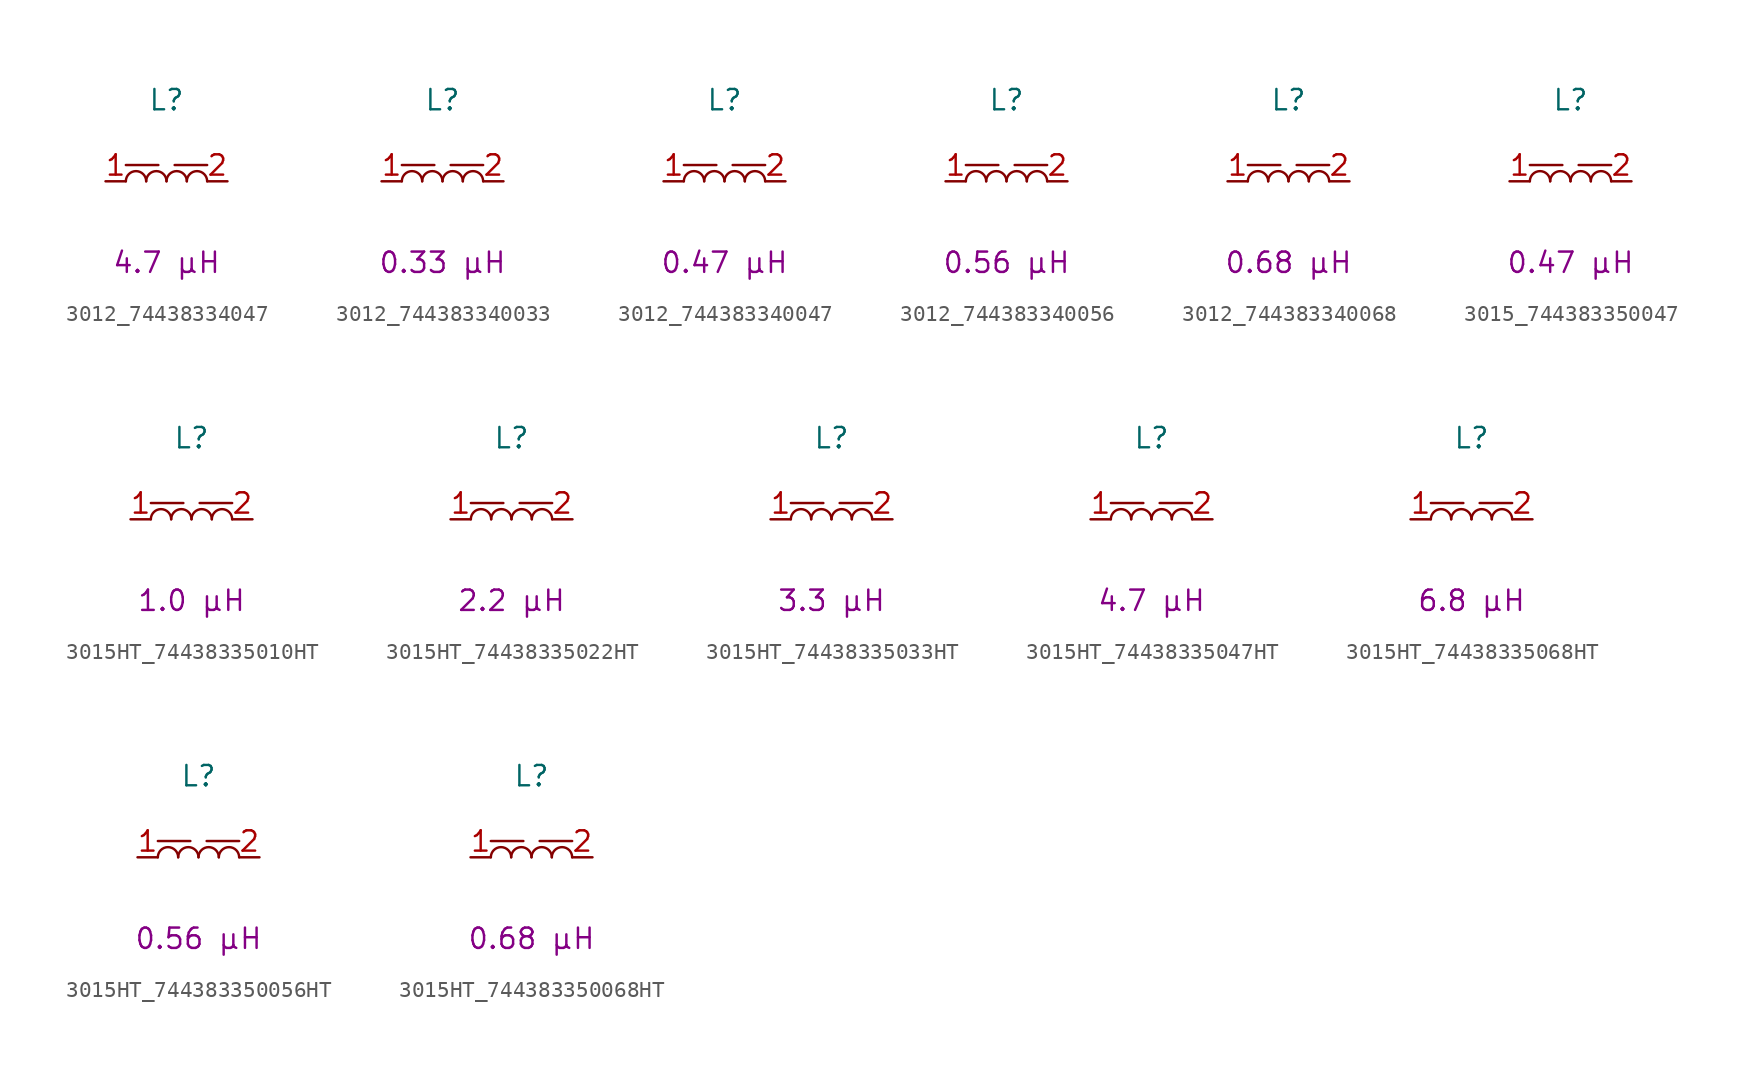
<source format=kicad_sym>
(kicad_symbol_lib
  (version 20241209)
  (generator "kicad_symbol_editor")
  (generator_version "9.0")
  (symbol "3012_74438334047"
    (pin_names
      (hide yes))
    (property "Reference" "L"
      (at 0 5.08 0)
      (effects (font (size 1.27 1.27))))
    (property "Critical Parameter" "4.7 µH"
      (at 0 -5.08 0)
      (effects (font (size 1.27 1.27))))
    (symbol "3012_74438334047_0_1"
      (polyline (pts (xy -2.54 1.016) (xy -0.508 1.016)) (stroke (width 0) (type default)) (fill (type none)))
      (arc (start -2.54 0) (mid -1.905 0.6323) (end -1.27 0) (stroke (width 0) (type default)) (fill (type none)))
      (arc (start -1.27 0) (mid -0.635 0.6323) (end 0 0) (stroke (width 0) (type default)) (fill (type none)))
      (arc (start 0 0) (mid 0.635 0.6323) (end 1.27 0) (stroke (width 0) (type default)) (fill (type none)))
      (arc (start 1.27 0) (mid 1.905 0.6323) (end 2.54 0) (stroke (width 0) (type default)) (fill (type none))))
    (symbol "3012_74438334047_1_1"
      (polyline (pts (xy 2.54 1.016) (xy 0.508 1.016)) (stroke (width 0) (type default)) (fill (type none)))
      (pin passive line (at -3.81 0 0) (length 1.27) (name "1" (effects (font (size 1.27 1.27)))) (number "1" (effects (font (size 1.27 1.27)))))
      (pin passive line (at 3.81 0 180) (length 1.27) (name "2" (effects (font (size 1.27 1.27)))) (number "2" (effects (font (size 1.27 1.27)))))))
  (symbol "3012_744383340033"
    (pin_names
      (hide yes))
    (property "Reference" "L"
      (at 0 5.08 0)
      (effects (font (size 1.27 1.27))))
    (property "Critical Parameter" "0.33 µH"
      (at 0 -5.08 0)
      (effects (font (size 1.27 1.27))))
    (symbol "3012_744383340033_0_1"
      (polyline (pts (xy -2.54 1.016) (xy -0.508 1.016)) (stroke (width 0) (type default)) (fill (type none)))
      (arc (start -2.54 0) (mid -1.905 0.6323) (end -1.27 0) (stroke (width 0) (type default)) (fill (type none)))
      (arc (start -1.27 0) (mid -0.635 0.6323) (end 0 0) (stroke (width 0) (type default)) (fill (type none)))
      (arc (start 0 0) (mid 0.635 0.6323) (end 1.27 0) (stroke (width 0) (type default)) (fill (type none)))
      (arc (start 1.27 0) (mid 1.905 0.6323) (end 2.54 0) (stroke (width 0) (type default)) (fill (type none))))
    (symbol "3012_744383340033_1_1"
      (polyline (pts (xy 2.54 1.016) (xy 0.508 1.016)) (stroke (width 0) (type default)) (fill (type none)))
      (pin passive line (at -3.81 0 0) (length 1.27) (name "1" (effects (font (size 1.27 1.27)))) (number "1" (effects (font (size 1.27 1.27)))))
      (pin passive line (at 3.81 0 180) (length 1.27) (name "2" (effects (font (size 1.27 1.27)))) (number "2" (effects (font (size 1.27 1.27)))))))
  (symbol "3012_744383340047"
    (pin_names
      (hide yes))
    (property "Reference" "L"
      (at 0 5.08 0)
      (effects (font (size 1.27 1.27))))
    (property "Critical Parameter" "0.47 µH"
      (at 0 -5.08 0)
      (effects (font (size 1.27 1.27))))
    (symbol "3012_744383340047_0_1"
      (polyline (pts (xy -2.54 1.016) (xy -0.508 1.016)) (stroke (width 0) (type default)) (fill (type none)))
      (arc (start -2.54 0) (mid -1.905 0.6323) (end -1.27 0) (stroke (width 0) (type default)) (fill (type none)))
      (arc (start -1.27 0) (mid -0.635 0.6323) (end 0 0) (stroke (width 0) (type default)) (fill (type none)))
      (arc (start 0 0) (mid 0.635 0.6323) (end 1.27 0) (stroke (width 0) (type default)) (fill (type none)))
      (arc (start 1.27 0) (mid 1.905 0.6323) (end 2.54 0) (stroke (width 0) (type default)) (fill (type none))))
    (symbol "3012_744383340047_1_1"
      (polyline (pts (xy 2.54 1.016) (xy 0.508 1.016)) (stroke (width 0) (type default)) (fill (type none)))
      (pin passive line (at -3.81 0 0) (length 1.27) (name "1" (effects (font (size 1.27 1.27)))) (number "1" (effects (font (size 1.27 1.27)))))
      (pin passive line (at 3.81 0 180) (length 1.27) (name "2" (effects (font (size 1.27 1.27)))) (number "2" (effects (font (size 1.27 1.27)))))))
  (symbol "3012_744383340056"
    (pin_names
      (hide yes))
    (property "Reference" "L"
      (at 0 5.08 0)
      (effects (font (size 1.27 1.27))))
    (property "Critical Parameter" "0.56 µH"
      (at 0 -5.08 0)
      (effects (font (size 1.27 1.27))))
    (symbol "3012_744383340056_0_1"
      (polyline (pts (xy -2.54 1.016) (xy -0.508 1.016)) (stroke (width 0) (type default)) (fill (type none)))
      (arc (start -2.54 0) (mid -1.905 0.6323) (end -1.27 0) (stroke (width 0) (type default)) (fill (type none)))
      (arc (start -1.27 0) (mid -0.635 0.6323) (end 0 0) (stroke (width 0) (type default)) (fill (type none)))
      (arc (start 0 0) (mid 0.635 0.6323) (end 1.27 0) (stroke (width 0) (type default)) (fill (type none)))
      (arc (start 1.27 0) (mid 1.905 0.6323) (end 2.54 0) (stroke (width 0) (type default)) (fill (type none))))
    (symbol "3012_744383340056_1_1"
      (polyline (pts (xy 2.54 1.016) (xy 0.508 1.016)) (stroke (width 0) (type default)) (fill (type none)))
      (pin passive line (at -3.81 0 0) (length 1.27) (name "1" (effects (font (size 1.27 1.27)))) (number "1" (effects (font (size 1.27 1.27)))))
      (pin passive line (at 3.81 0 180) (length 1.27) (name "2" (effects (font (size 1.27 1.27)))) (number "2" (effects (font (size 1.27 1.27)))))))
  (symbol "3012_744383340068"
    (pin_names
      (hide yes))
    (property "Reference" "L"
      (at 0 5.08 0)
      (effects (font (size 1.27 1.27))))
    (property "Critical Parameter" "0.68 µH"
      (at 0 -5.08 0)
      (effects (font (size 1.27 1.27))))
    (symbol "3012_744383340068_0_1"
      (polyline (pts (xy -2.54 1.016) (xy -0.508 1.016)) (stroke (width 0) (type default)) (fill (type none)))
      (arc (start -2.54 0) (mid -1.905 0.6323) (end -1.27 0) (stroke (width 0) (type default)) (fill (type none)))
      (arc (start -1.27 0) (mid -0.635 0.6323) (end 0 0) (stroke (width 0) (type default)) (fill (type none)))
      (arc (start 0 0) (mid 0.635 0.6323) (end 1.27 0) (stroke (width 0) (type default)) (fill (type none)))
      (arc (start 1.27 0) (mid 1.905 0.6323) (end 2.54 0) (stroke (width 0) (type default)) (fill (type none))))
    (symbol "3012_744383340068_1_1"
      (polyline (pts (xy 2.54 1.016) (xy 0.508 1.016)) (stroke (width 0) (type default)) (fill (type none)))
      (pin passive line (at -3.81 0 0) (length 1.27) (name "1" (effects (font (size 1.27 1.27)))) (number "1" (effects (font (size 1.27 1.27)))))
      (pin passive line (at 3.81 0 180) (length 1.27) (name "2" (effects (font (size 1.27 1.27)))) (number "2" (effects (font (size 1.27 1.27)))))))
  (symbol "3015_744383350047"
    (pin_names
      (hide yes))
    (property "Reference" "L"
      (at 0 5.08 0)
      (effects (font (size 1.27 1.27))))
    (property "Critical Parameter" "0.47 µH"
      (at 0 -5.08 0)
      (effects (font (size 1.27 1.27))))
    (symbol "3015_744383350047_0_1"
      (polyline (pts (xy -2.54 1.016) (xy -0.508 1.016)) (stroke (width 0) (type default)) (fill (type none)))
      (arc (start -2.54 0) (mid -1.905 0.6323) (end -1.27 0) (stroke (width 0) (type default)) (fill (type none)))
      (arc (start -1.27 0) (mid -0.635 0.6323) (end 0 0) (stroke (width 0) (type default)) (fill (type none)))
      (arc (start 0 0) (mid 0.635 0.6323) (end 1.27 0) (stroke (width 0) (type default)) (fill (type none)))
      (arc (start 1.27 0) (mid 1.905 0.6323) (end 2.54 0) (stroke (width 0) (type default)) (fill (type none))))
    (symbol "3015_744383350047_1_1"
      (polyline (pts (xy 2.54 1.016) (xy 0.508 1.016)) (stroke (width 0) (type default)) (fill (type none)))
      (pin passive line (at -3.81 0 0) (length 1.27) (name "1" (effects (font (size 1.27 1.27)))) (number "1" (effects (font (size 1.27 1.27)))))
      (pin passive line (at 3.81 0 180) (length 1.27) (name "2" (effects (font (size 1.27 1.27)))) (number "2" (effects (font (size 1.27 1.27)))))))
  (symbol "3015HT_74438335010HT"
    (pin_names
      (hide yes))
    (property "Reference" "L"
      (at 0 5.08 0)
      (effects (font (size 1.27 1.27))))
    (property "Critical Parameter" "1.0 µH"
      (at 0 -5.08 0)
      (effects (font (size 1.27 1.27))))
    (symbol "3015HT_74438335010HT_0_1"
      (polyline (pts (xy -2.54 1.016) (xy -0.508 1.016)) (stroke (width 0) (type default)) (fill (type none)))
      (arc (start -2.54 0) (mid -1.905 0.6323) (end -1.27 0) (stroke (width 0) (type default)) (fill (type none)))
      (arc (start -1.27 0) (mid -0.635 0.6323) (end 0 0) (stroke (width 0) (type default)) (fill (type none)))
      (arc (start 0 0) (mid 0.635 0.6323) (end 1.27 0) (stroke (width 0) (type default)) (fill (type none)))
      (arc (start 1.27 0) (mid 1.905 0.6323) (end 2.54 0) (stroke (width 0) (type default)) (fill (type none))))
    (symbol "3015HT_74438335010HT_1_1"
      (polyline (pts (xy 2.54 1.016) (xy 0.508 1.016)) (stroke (width 0) (type default)) (fill (type none)))
      (pin passive line (at -3.81 0 0) (length 1.27) (name "1" (effects (font (size 1.27 1.27)))) (number "1" (effects (font (size 1.27 1.27)))))
      (pin passive line (at 3.81 0 180) (length 1.27) (name "2" (effects (font (size 1.27 1.27)))) (number "2" (effects (font (size 1.27 1.27)))))))
  (symbol "3015HT_74438335022HT"
    (pin_names
      (hide yes))
    (property "Reference" "L"
      (at 0 5.08 0)
      (effects (font (size 1.27 1.27))))
    (property "Critical Parameter" "2.2 µH"
      (at 0 -5.08 0)
      (effects (font (size 1.27 1.27))))
    (symbol "3015HT_74438335022HT_0_1"
      (polyline (pts (xy -2.54 1.016) (xy -0.508 1.016)) (stroke (width 0) (type default)) (fill (type none)))
      (arc (start -2.54 0) (mid -1.905 0.6323) (end -1.27 0) (stroke (width 0) (type default)) (fill (type none)))
      (arc (start -1.27 0) (mid -0.635 0.6323) (end 0 0) (stroke (width 0) (type default)) (fill (type none)))
      (arc (start 0 0) (mid 0.635 0.6323) (end 1.27 0) (stroke (width 0) (type default)) (fill (type none)))
      (arc (start 1.27 0) (mid 1.905 0.6323) (end 2.54 0) (stroke (width 0) (type default)) (fill (type none))))
    (symbol "3015HT_74438335022HT_1_1"
      (polyline (pts (xy 2.54 1.016) (xy 0.508 1.016)) (stroke (width 0) (type default)) (fill (type none)))
      (pin passive line (at -3.81 0 0) (length 1.27) (name "1" (effects (font (size 1.27 1.27)))) (number "1" (effects (font (size 1.27 1.27)))))
      (pin passive line (at 3.81 0 180) (length 1.27) (name "2" (effects (font (size 1.27 1.27)))) (number "2" (effects (font (size 1.27 1.27)))))))
  (symbol "3015HT_74438335033HT"
    (pin_names
      (hide yes))
    (property "Reference" "L"
      (at 0 5.08 0)
      (effects (font (size 1.27 1.27))))
    (property "Critical Parameter" "3.3 µH"
      (at 0 -5.08 0)
      (effects (font (size 1.27 1.27))))
    (symbol "3015HT_74438335033HT_0_1"
      (polyline (pts (xy -2.54 1.016) (xy -0.508 1.016)) (stroke (width 0) (type default)) (fill (type none)))
      (arc (start -2.54 0) (mid -1.905 0.6323) (end -1.27 0) (stroke (width 0) (type default)) (fill (type none)))
      (arc (start -1.27 0) (mid -0.635 0.6323) (end 0 0) (stroke (width 0) (type default)) (fill (type none)))
      (arc (start 0 0) (mid 0.635 0.6323) (end 1.27 0) (stroke (width 0) (type default)) (fill (type none)))
      (arc (start 1.27 0) (mid 1.905 0.6323) (end 2.54 0) (stroke (width 0) (type default)) (fill (type none))))
    (symbol "3015HT_74438335033HT_1_1"
      (polyline (pts (xy 2.54 1.016) (xy 0.508 1.016)) (stroke (width 0) (type default)) (fill (type none)))
      (pin passive line (at -3.81 0 0) (length 1.27) (name "1" (effects (font (size 1.27 1.27)))) (number "1" (effects (font (size 1.27 1.27)))))
      (pin passive line (at 3.81 0 180) (length 1.27) (name "2" (effects (font (size 1.27 1.27)))) (number "2" (effects (font (size 1.27 1.27)))))))
  (symbol "3015HT_74438335047HT"
    (pin_names
      (hide yes))
    (property "Reference" "L"
      (at 0 5.08 0)
      (effects (font (size 1.27 1.27))))
    (property "Critical Parameter" "4.7 µH"
      (at 0 -5.08 0)
      (effects (font (size 1.27 1.27))))
    (symbol "3015HT_74438335047HT_0_1"
      (polyline (pts (xy -2.54 1.016) (xy -0.508 1.016)) (stroke (width 0) (type default)) (fill (type none)))
      (arc (start -2.54 0) (mid -1.905 0.6323) (end -1.27 0) (stroke (width 0) (type default)) (fill (type none)))
      (arc (start -1.27 0) (mid -0.635 0.6323) (end 0 0) (stroke (width 0) (type default)) (fill (type none)))
      (arc (start 0 0) (mid 0.635 0.6323) (end 1.27 0) (stroke (width 0) (type default)) (fill (type none)))
      (arc (start 1.27 0) (mid 1.905 0.6323) (end 2.54 0) (stroke (width 0) (type default)) (fill (type none))))
    (symbol "3015HT_74438335047HT_1_1"
      (polyline (pts (xy 2.54 1.016) (xy 0.508 1.016)) (stroke (width 0) (type default)) (fill (type none)))
      (pin passive line (at -3.81 0 0) (length 1.27) (name "1" (effects (font (size 1.27 1.27)))) (number "1" (effects (font (size 1.27 1.27)))))
      (pin passive line (at 3.81 0 180) (length 1.27) (name "2" (effects (font (size 1.27 1.27)))) (number "2" (effects (font (size 1.27 1.27)))))))
  (symbol "3015HT_74438335068HT"
    (pin_names
      (hide yes))
    (property "Reference" "L"
      (at 0 5.08 0)
      (effects (font (size 1.27 1.27))))
    (property "Critical Parameter" "6.8 µH"
      (at 0 -5.08 0)
      (effects (font (size 1.27 1.27))))
    (symbol "3015HT_74438335068HT_0_1"
      (polyline (pts (xy -2.54 1.016) (xy -0.508 1.016)) (stroke (width 0) (type default)) (fill (type none)))
      (arc (start -2.54 0) (mid -1.905 0.6323) (end -1.27 0) (stroke (width 0) (type default)) (fill (type none)))
      (arc (start -1.27 0) (mid -0.635 0.6323) (end 0 0) (stroke (width 0) (type default)) (fill (type none)))
      (arc (start 0 0) (mid 0.635 0.6323) (end 1.27 0) (stroke (width 0) (type default)) (fill (type none)))
      (arc (start 1.27 0) (mid 1.905 0.6323) (end 2.54 0) (stroke (width 0) (type default)) (fill (type none))))
    (symbol "3015HT_74438335068HT_1_1"
      (polyline (pts (xy 2.54 1.016) (xy 0.508 1.016)) (stroke (width 0) (type default)) (fill (type none)))
      (pin passive line (at -3.81 0 0) (length 1.27) (name "1" (effects (font (size 1.27 1.27)))) (number "1" (effects (font (size 1.27 1.27)))))
      (pin passive line (at 3.81 0 180) (length 1.27) (name "2" (effects (font (size 1.27 1.27)))) (number "2" (effects (font (size 1.27 1.27)))))))
  (symbol "3015HT_744383350056HT"
    (pin_names
      (hide yes))
    (property "Reference" "L"
      (at 0 5.08 0)
      (effects (font (size 1.27 1.27))))
    (property "Critical Parameter" "0.56 µH"
      (at 0 -5.08 0)
      (effects (font (size 1.27 1.27))))
    (symbol "3015HT_744383350056HT_0_1"
      (polyline (pts (xy -2.54 1.016) (xy -0.508 1.016)) (stroke (width 0) (type default)) (fill (type none)))
      (arc (start -2.54 0) (mid -1.905 0.6323) (end -1.27 0) (stroke (width 0) (type default)) (fill (type none)))
      (arc (start -1.27 0) (mid -0.635 0.6323) (end 0 0) (stroke (width 0) (type default)) (fill (type none)))
      (arc (start 0 0) (mid 0.635 0.6323) (end 1.27 0) (stroke (width 0) (type default)) (fill (type none)))
      (arc (start 1.27 0) (mid 1.905 0.6323) (end 2.54 0) (stroke (width 0) (type default)) (fill (type none))))
    (symbol "3015HT_744383350056HT_1_1"
      (polyline (pts (xy 2.54 1.016) (xy 0.508 1.016)) (stroke (width 0) (type default)) (fill (type none)))
      (pin passive line (at -3.81 0 0) (length 1.27) (name "1" (effects (font (size 1.27 1.27)))) (number "1" (effects (font (size 1.27 1.27)))))
      (pin passive line (at 3.81 0 180) (length 1.27) (name "2" (effects (font (size 1.27 1.27)))) (number "2" (effects (font (size 1.27 1.27)))))))
  (symbol "3015HT_744383350068HT"
    (pin_names
      (hide yes))
    (property "Reference" "L"
      (at 0 5.08 0)
      (effects (font (size 1.27 1.27))))
    (property "Critical Parameter" "0.68 µH"
      (at 0 -5.08 0)
      (effects (font (size 1.27 1.27))))
    (symbol "3015HT_744383350068HT_0_1"
      (polyline (pts (xy -2.54 1.016) (xy -0.508 1.016)) (stroke (width 0) (type default)) (fill (type none)))
      (arc (start -2.54 0) (mid -1.905 0.6323) (end -1.27 0) (stroke (width 0) (type default)) (fill (type none)))
      (arc (start -1.27 0) (mid -0.635 0.6323) (end 0 0) (stroke (width 0) (type default)) (fill (type none)))
      (arc (start 0 0) (mid 0.635 0.6323) (end 1.27 0) (stroke (width 0) (type default)) (fill (type none)))
      (arc (start 1.27 0) (mid 1.905 0.6323) (end 2.54 0) (stroke (width 0) (type default)) (fill (type none))))
    (symbol "3015HT_744383350068HT_1_1"
      (polyline (pts (xy 2.54 1.016) (xy 0.508 1.016)) (stroke (width 0) (type default)) (fill (type none)))
      (pin passive line (at -3.81 0 0) (length 1.27) (name "1" (effects (font (size 1.27 1.27)))) (number "1" (effects (font (size 1.27 1.27)))))
      (pin passive line (at 3.81 0 180) (length 1.27) (name "2" (effects (font (size 1.27 1.27)))) (number "2" (effects (font (size 1.27 1.27))))))))
</source>
